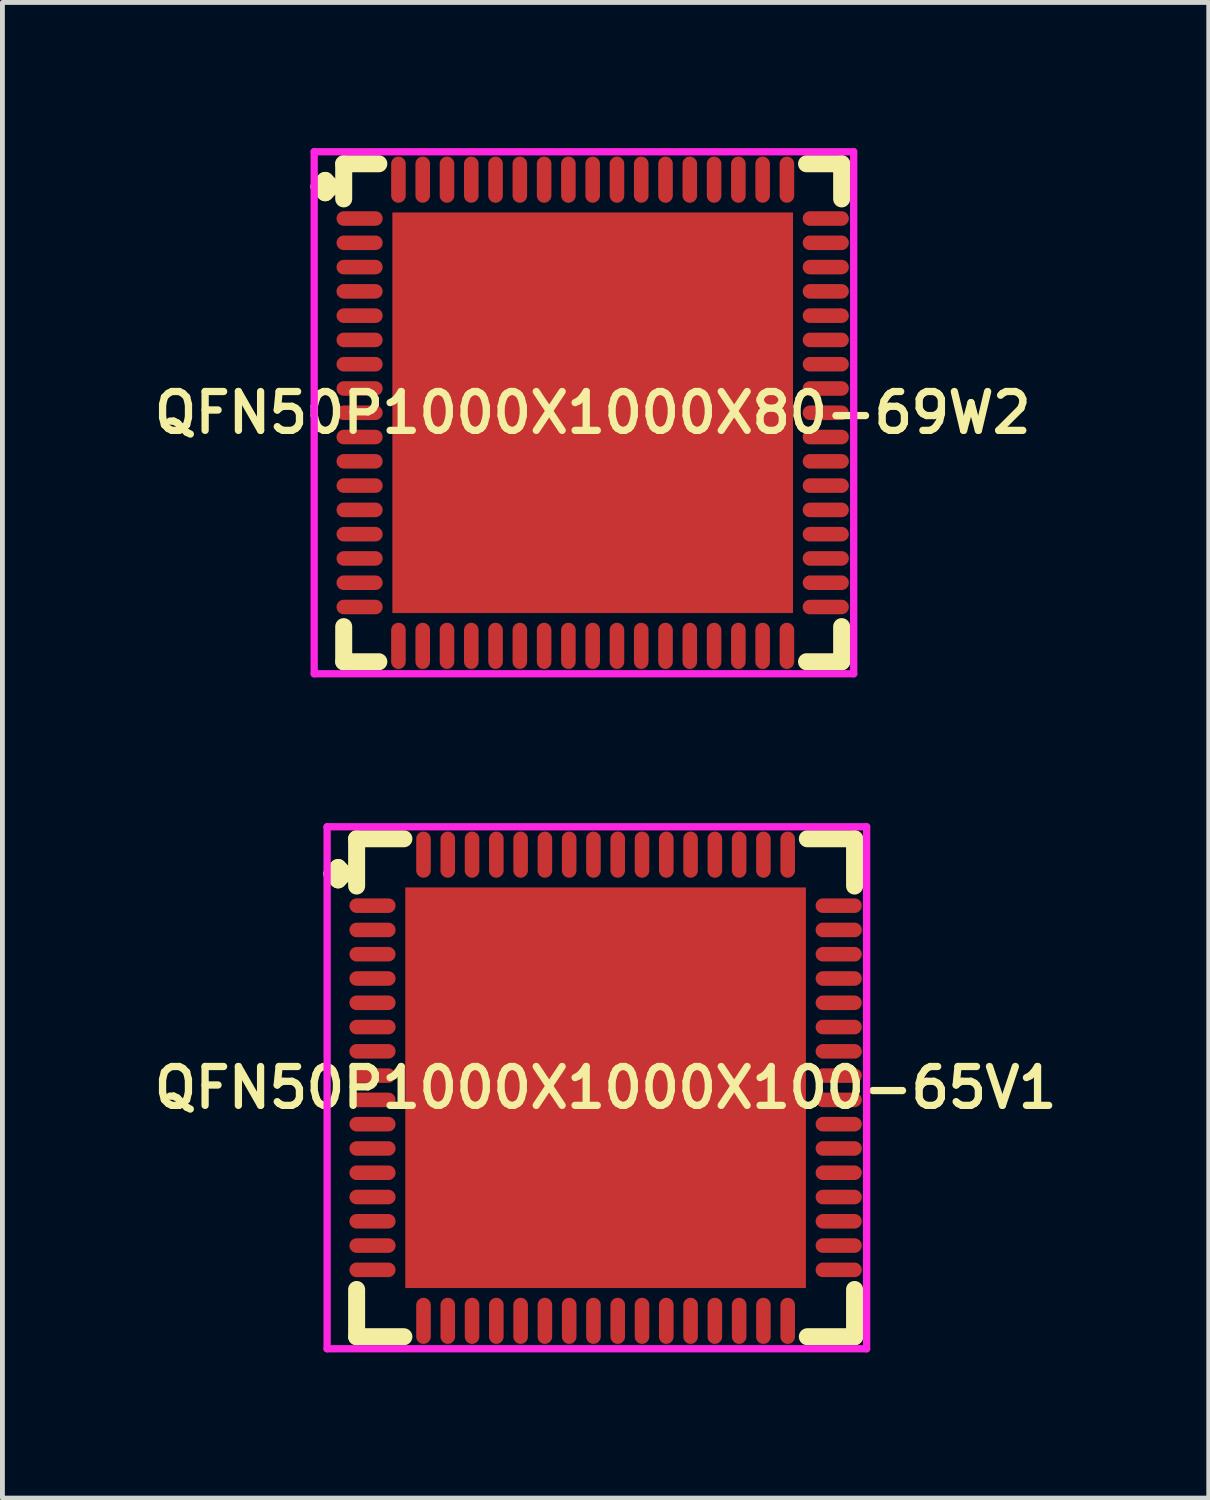
<source format=kicad_pcb>
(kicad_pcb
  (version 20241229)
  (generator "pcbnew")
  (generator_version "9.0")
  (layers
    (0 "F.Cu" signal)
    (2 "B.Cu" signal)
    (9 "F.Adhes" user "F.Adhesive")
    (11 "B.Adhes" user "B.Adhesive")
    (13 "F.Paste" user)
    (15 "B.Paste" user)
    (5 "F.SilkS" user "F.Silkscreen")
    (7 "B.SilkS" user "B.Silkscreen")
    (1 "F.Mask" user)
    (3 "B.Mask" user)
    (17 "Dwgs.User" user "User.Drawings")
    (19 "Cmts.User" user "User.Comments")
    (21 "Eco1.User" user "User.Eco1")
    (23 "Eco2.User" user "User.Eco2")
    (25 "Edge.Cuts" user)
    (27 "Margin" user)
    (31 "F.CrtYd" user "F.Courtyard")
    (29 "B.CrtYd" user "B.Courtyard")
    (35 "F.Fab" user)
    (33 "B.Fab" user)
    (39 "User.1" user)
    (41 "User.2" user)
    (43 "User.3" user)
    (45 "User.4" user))
  (footprint "QFN50P1000X1000X80-69W2"
    (layer "F.Cu")
    (at 9.155 5.45)
    (property "Reference" "QFN50P1000X1000X80-69W2" (at 0 0 0) (layer "F.SilkS") (effects (font (size 0.8 0.8) (thickness 0.15))))
    (attr smd)
    (fp_line (start -5.635 -4.658) (end -5.508 -4.785) (stroke (width 0.35) (type solid)) (layer "F.SilkS"))
    (fp_line (start -5.508 -4.785) (end -5.381 -4.658) (stroke (width 0.35) (type solid)) (layer "F.SilkS"))
    (fp_line (start -5.508 -4.531) (end -5.635 -4.658) (stroke (width 0.35) (type solid)) (layer "F.SilkS"))
    (fp_line (start -5.381 -4.658) (end -5.508 -4.531) (stroke (width 0.35) (type solid)) (layer "F.SilkS"))
    (fp_line (start -5.127 -5.127) (end -4.404 -5.127) (stroke (width 0.35) (type solid)) (layer "F.SilkS"))
    (fp_line (start -5.127 -4.404) (end -5.127 -5.127) (stroke (width 0.35) (type solid)) (layer "F.SilkS"))
    (fp_line (start -5.127 4.404) (end -5.127 5.127) (stroke (width 0.35) (type solid)) (layer "F.SilkS"))
    (fp_line (start -5.127 5.127) (end -4.404 5.127) (stroke (width 0.35) (type solid)) (layer "F.SilkS"))
    (fp_line (start 4.404 -5.127) (end 5.127 -5.127) (stroke (width 0.35) (type solid)) (layer "F.SilkS"))
    (fp_line (start 4.404 5.127) (end 5.127 5.127) (stroke (width 0.35) (type solid)) (layer "F.SilkS"))
    (fp_line (start 5.127 -5.127) (end 5.127 -4.404) (stroke (width 0.35) (type solid)) (layer "F.SilkS"))
    (fp_line (start 5.127 5.127) (end 5.127 4.404) (stroke (width 0.35) (type solid)) (layer "F.SilkS"))
    (fp_line (start -5.735 -5.375) (end 5.375 -5.375) (stroke (width 0.15) (type solid)) (layer "F.CrtYd"))
    (fp_line (start -5.735 5.375) (end -5.735 -5.375) (stroke (width 0.15) (type solid)) (layer "F.CrtYd"))
    (fp_line (start 5.375 -5.375) (end 5.375 5.375) (stroke (width 0.15) (type solid)) (layer "F.CrtYd"))
    (fp_line (start 5.375 5.375) (end -5.735 5.375) (stroke (width 0.15) (type solid)) (layer "F.CrtYd"))
    (pad "1" smd oval (at -4.8 -4) (size 0.95 0.3) (layers "F.Cu" "F.Mask" "F.Paste"))
    (pad "2" smd oval (at -4.8 -3.5) (size 0.95 0.3) (layers "F.Cu" "F.Mask" "F.Paste"))
    (pad "3" smd oval (at -4.8 -3) (size 0.95 0.3) (layers "F.Cu" "F.Mask" "F.Paste"))
    (pad "4" smd oval (at -4.8 -2.5) (size 0.95 0.3) (layers "F.Cu" "F.Mask" "F.Paste"))
    (pad "5" smd oval (at -4.8 -2) (size 0.95 0.3) (layers "F.Cu" "F.Mask" "F.Paste"))
    (pad "6" smd oval (at -4.8 -1.5) (size 0.95 0.3) (layers "F.Cu" "F.Mask" "F.Paste"))
    (pad "7" smd oval (at -4.8 -1) (size 0.95 0.3) (layers "F.Cu" "F.Mask" "F.Paste"))
    (pad "8" smd oval (at -4.8 -0.5) (size 0.95 0.3) (layers "F.Cu" "F.Mask" "F.Paste"))
    (pad "9" smd oval (at -4.8 0) (size 0.95 0.3) (layers "F.Cu" "F.Mask" "F.Paste"))
    (pad "10" smd oval (at -4.8 0.5) (size 0.95 0.3) (layers "F.Cu" "F.Mask" "F.Paste"))
    (pad "11" smd oval (at -4.8 1) (size 0.95 0.3) (layers "F.Cu" "F.Mask" "F.Paste"))
    (pad "12" smd oval (at -4.8 1.5) (size 0.95 0.3) (layers "F.Cu" "F.Mask" "F.Paste"))
    (pad "13" smd oval (at -4.8 2) (size 0.95 0.3) (layers "F.Cu" "F.Mask" "F.Paste"))
    (pad "14" smd oval (at -4.8 2.5) (size 0.95 0.3) (layers "F.Cu" "F.Mask" "F.Paste"))
    (pad "15" smd oval (at -4.8 3) (size 0.95 0.3) (layers "F.Cu" "F.Mask" "F.Paste"))
    (pad "16" smd oval (at -4.8 3.5) (size 0.95 0.3) (layers "F.Cu" "F.Mask" "F.Paste"))
    (pad "17" smd oval (at -4.8 4) (size 0.95 0.3) (layers "F.Cu" "F.Mask" "F.Paste"))
    (pad "18" smd oval (at -4 4.8) (size 0.3 0.95) (layers "F.Cu" "F.Mask" "F.Paste"))
    (pad "19" smd oval (at -3.5 4.8) (size 0.3 0.95) (layers "F.Cu" "F.Mask" "F.Paste"))
    (pad "20" smd oval (at -3 4.8) (size 0.3 0.95) (layers "F.Cu" "F.Mask" "F.Paste"))
    (pad "21" smd oval (at -2.5 4.8) (size 0.3 0.95) (layers "F.Cu" "F.Mask" "F.Paste"))
    (pad "22" smd oval (at -2 4.8) (size 0.3 0.95) (layers "F.Cu" "F.Mask" "F.Paste"))
    (pad "23" smd oval (at -1.5 4.8) (size 0.3 0.95) (layers "F.Cu" "F.Mask" "F.Paste"))
    (pad "24" smd oval (at -1 4.8) (size 0.3 0.95) (layers "F.Cu" "F.Mask" "F.Paste"))
    (pad "25" smd oval (at -0.5 4.8) (size 0.3 0.95) (layers "F.Cu" "F.Mask" "F.Paste"))
    (pad "26" smd oval (at 0 4.8) (size 0.3 0.95) (layers "F.Cu" "F.Mask" "F.Paste"))
    (pad "27" smd oval (at 0.5 4.8) (size 0.3 0.95) (layers "F.Cu" "F.Mask" "F.Paste"))
    (pad "28" smd oval (at 1 4.8) (size 0.3 0.95) (layers "F.Cu" "F.Mask" "F.Paste"))
    (pad "29" smd oval (at 1.5 4.8) (size 0.3 0.95) (layers "F.Cu" "F.Mask" "F.Paste"))
    (pad "30" smd oval (at 2 4.8) (size 0.3 0.95) (layers "F.Cu" "F.Mask" "F.Paste"))
    (pad "31" smd oval (at 2.5 4.8) (size 0.3 0.95) (layers "F.Cu" "F.Mask" "F.Paste"))
    (pad "32" smd oval (at 3 4.8) (size 0.3 0.95) (layers "F.Cu" "F.Mask" "F.Paste"))
    (pad "33" smd oval (at 3.5 4.8) (size 0.3 0.95) (layers "F.Cu" "F.Mask" "F.Paste"))
    (pad "34" smd oval (at 4 4.8) (size 0.3 0.95) (layers "F.Cu" "F.Mask" "F.Paste"))
    (pad "35" smd oval (at 4.8 4) (size 0.95 0.3) (layers "F.Cu" "F.Mask" "F.Paste"))
    (pad "36" smd oval (at 4.8 3.5) (size 0.95 0.3) (layers "F.Cu" "F.Mask" "F.Paste"))
    (pad "37" smd oval (at 4.8 3) (size 0.95 0.3) (layers "F.Cu" "F.Mask" "F.Paste"))
    (pad "38" smd oval (at 4.8 2.5) (size 0.95 0.3) (layers "F.Cu" "F.Mask" "F.Paste"))
    (pad "39" smd oval (at 4.8 2) (size 0.95 0.3) (layers "F.Cu" "F.Mask" "F.Paste"))
    (pad "40" smd oval (at 4.8 1.5) (size 0.95 0.3) (layers "F.Cu" "F.Mask" "F.Paste"))
    (pad "41" smd oval (at 4.8 1) (size 0.95 0.3) (layers "F.Cu" "F.Mask" "F.Paste"))
    (pad "42" smd oval (at 4.8 0.5) (size 0.95 0.3) (layers "F.Cu" "F.Mask" "F.Paste"))
    (pad "43" smd oval (at 4.8 0) (size 0.95 0.3) (layers "F.Cu" "F.Mask" "F.Paste"))
    (pad "44" smd oval (at 4.8 -0.5) (size 0.95 0.3) (layers "F.Cu" "F.Mask" "F.Paste"))
    (pad "45" smd oval (at 4.8 -1) (size 0.95 0.3) (layers "F.Cu" "F.Mask" "F.Paste"))
    (pad "46" smd oval (at 4.8 -1.5) (size 0.95 0.3) (layers "F.Cu" "F.Mask" "F.Paste"))
    (pad "47" smd oval (at 4.8 -2) (size 0.95 0.3) (layers "F.Cu" "F.Mask" "F.Paste"))
    (pad "48" smd oval (at 4.8 -2.5) (size 0.95 0.3) (layers "F.Cu" "F.Mask" "F.Paste"))
    (pad "49" smd oval (at 4.8 -3) (size 0.95 0.3) (layers "F.Cu" "F.Mask" "F.Paste"))
    (pad "50" smd oval (at 4.8 -3.5) (size 0.95 0.3) (layers "F.Cu" "F.Mask" "F.Paste"))
    (pad "51" smd oval (at 4.8 -4) (size 0.95 0.3) (layers "F.Cu" "F.Mask" "F.Paste"))
    (pad "52" smd oval (at 4 -4.8) (size 0.3 0.95) (layers "F.Cu" "F.Mask" "F.Paste"))
    (pad "53" smd oval (at 3.5 -4.8) (size 0.3 0.95) (layers "F.Cu" "F.Mask" "F.Paste"))
    (pad "54" smd oval (at 3 -4.8) (size 0.3 0.95) (layers "F.Cu" "F.Mask" "F.Paste"))
    (pad "55" smd oval (at 2.5 -4.8) (size 0.3 0.95) (layers "F.Cu" "F.Mask" "F.Paste"))
    (pad "56" smd oval (at 2 -4.8) (size 0.3 0.95) (layers "F.Cu" "F.Mask" "F.Paste"))
    (pad "57" smd oval (at 1.5 -4.8) (size 0.3 0.95) (layers "F.Cu" "F.Mask" "F.Paste"))
    (pad "58" smd oval (at 1 -4.8) (size 0.3 0.95) (layers "F.Cu" "F.Mask" "F.Paste"))
    (pad "59" smd oval (at 0.5 -4.8) (size 0.3 0.95) (layers "F.Cu" "F.Mask" "F.Paste"))
    (pad "60" smd oval (at 0 -4.8) (size 0.3 0.95) (layers "F.Cu" "F.Mask" "F.Paste"))
    (pad "61" smd oval (at -0.5 -4.8) (size 0.3 0.95) (layers "F.Cu" "F.Mask" "F.Paste"))
    (pad "62" smd oval (at -1 -4.8) (size 0.3 0.95) (layers "F.Cu" "F.Mask" "F.Paste"))
    (pad "63" smd oval (at -1.5 -4.8) (size 0.3 0.95) (layers "F.Cu" "F.Mask" "F.Paste"))
    (pad "64" smd oval (at -2 -4.8) (size 0.3 0.95) (layers "F.Cu" "F.Mask" "F.Paste"))
    (pad "65" smd oval (at -2.5 -4.8) (size 0.3 0.95) (layers "F.Cu" "F.Mask" "F.Paste"))
    (pad "66" smd oval (at -3 -4.8) (size 0.3 0.95) (layers "F.Cu" "F.Mask" "F.Paste"))
    (pad "67" smd oval (at -3.5 -4.8) (size 0.3 0.95) (layers "F.Cu" "F.Mask" "F.Paste"))
    (pad "68" smd oval (at -4 -4.8) (size 0.3 0.95) (layers "F.Cu" "F.Mask" "F.Paste"))
    (pad "69" smd rect (at 0 0) (size 8.25 8.25) (layers "F.Cu" "F.Mask" "F.Paste")))
  (footprint "QFN50P1000X1000X100-65V1"
    (layer "F.Cu")
    (at 9.421 19.35)
    (property "Reference" "QFN50P1000X1000X100-65V1" (at 0 0 0) (layer "F.SilkS") (effects (font (size 0.8 0.8) (thickness 0.15))))
    (attr smd)
    (fp_line (start -5.635 -4.408) (end -5.508 -4.535) (stroke (width 0.35) (type solid)) (layer "F.SilkS"))
    (fp_line (start -5.508 -4.535) (end -5.381 -4.408) (stroke (width 0.35) (type solid)) (layer "F.SilkS"))
    (fp_line (start -5.508 -4.281) (end -5.635 -4.408) (stroke (width 0.35) (type solid)) (layer "F.SilkS"))
    (fp_line (start -5.381 -4.408) (end -5.508 -4.281) (stroke (width 0.35) (type solid)) (layer "F.SilkS"))
    (fp_line (start -5.127 -5.127) (end -4.154 -5.127) (stroke (width 0.35) (type solid)) (layer "F.SilkS"))
    (fp_line (start -5.127 -4.154) (end -5.127 -5.127) (stroke (width 0.35) (type solid)) (layer "F.SilkS"))
    (fp_line (start -5.127 4.154) (end -5.127 5.127) (stroke (width 0.35) (type solid)) (layer "F.SilkS"))
    (fp_line (start -5.127 5.127) (end -4.154 5.127) (stroke (width 0.35) (type solid)) (layer "F.SilkS"))
    (fp_line (start 4.154 -5.127) (end 5.127 -5.127) (stroke (width 0.35) (type solid)) (layer "F.SilkS"))
    (fp_line (start 4.154 5.127) (end 5.127 5.127) (stroke (width 0.35) (type solid)) (layer "F.SilkS"))
    (fp_line (start 5.127 -5.127) (end 5.127 -4.154) (stroke (width 0.35) (type solid)) (layer "F.SilkS"))
    (fp_line (start 5.127 5.127) (end 5.127 4.154) (stroke (width 0.35) (type solid)) (layer "F.SilkS"))
    (fp_line (start -5.735 -5.375) (end 5.375 -5.375) (stroke (width 0.15) (type solid)) (layer "F.CrtYd"))
    (fp_line (start -5.735 5.375) (end -5.735 -5.375) (stroke (width 0.15) (type solid)) (layer "F.CrtYd"))
    (fp_line (start 5.375 -5.375) (end 5.375 5.375) (stroke (width 0.15) (type solid)) (layer "F.CrtYd"))
    (fp_line (start 5.375 5.375) (end -5.735 5.375) (stroke (width 0.15) (type solid)) (layer "F.CrtYd"))
    (pad "1" smd oval (at -4.8 -3.75) (size 0.95 0.3) (layers "F.Cu" "F.Mask" "F.Paste"))
    (pad "2" smd oval (at -4.8 -3.25) (size 0.95 0.3) (layers "F.Cu" "F.Mask" "F.Paste"))
    (pad "3" smd oval (at -4.8 -2.75) (size 0.95 0.3) (layers "F.Cu" "F.Mask" "F.Paste"))
    (pad "4" smd oval (at -4.8 -2.25) (size 0.95 0.3) (layers "F.Cu" "F.Mask" "F.Paste"))
    (pad "5" smd oval (at -4.8 -1.75) (size 0.95 0.3) (layers "F.Cu" "F.Mask" "F.Paste"))
    (pad "6" smd oval (at -4.8 -1.25) (size 0.95 0.3) (layers "F.Cu" "F.Mask" "F.Paste"))
    (pad "7" smd oval (at -4.8 -0.75) (size 0.95 0.3) (layers "F.Cu" "F.Mask" "F.Paste"))
    (pad "8" smd oval (at -4.8 -0.25) (size 0.95 0.3) (layers "F.Cu" "F.Mask" "F.Paste"))
    (pad "9" smd oval (at -4.8 0.25) (size 0.95 0.3) (layers "F.Cu" "F.Mask" "F.Paste"))
    (pad "10" smd oval (at -4.8 0.75) (size 0.95 0.3) (layers "F.Cu" "F.Mask" "F.Paste"))
    (pad "11" smd oval (at -4.8 1.25) (size 0.95 0.3) (layers "F.Cu" "F.Mask" "F.Paste"))
    (pad "12" smd oval (at -4.8 1.75) (size 0.95 0.3) (layers "F.Cu" "F.Mask" "F.Paste"))
    (pad "13" smd oval (at -4.8 2.25) (size 0.95 0.3) (layers "F.Cu" "F.Mask" "F.Paste"))
    (pad "14" smd oval (at -4.8 2.75) (size 0.95 0.3) (layers "F.Cu" "F.Mask" "F.Paste"))
    (pad "15" smd oval (at -4.8 3.25) (size 0.95 0.3) (layers "F.Cu" "F.Mask" "F.Paste"))
    (pad "16" smd oval (at -4.8 3.75) (size 0.95 0.3) (layers "F.Cu" "F.Mask" "F.Paste"))
    (pad "17" smd oval (at -3.75 4.8) (size 0.3 0.95) (layers "F.Cu" "F.Mask" "F.Paste"))
    (pad "18" smd oval (at -3.25 4.8) (size 0.3 0.95) (layers "F.Cu" "F.Mask" "F.Paste"))
    (pad "19" smd oval (at -2.75 4.8) (size 0.3 0.95) (layers "F.Cu" "F.Mask" "F.Paste"))
    (pad "20" smd oval (at -2.25 4.8) (size 0.3 0.95) (layers "F.Cu" "F.Mask" "F.Paste"))
    (pad "21" smd oval (at -1.75 4.8) (size 0.3 0.95) (layers "F.Cu" "F.Mask" "F.Paste"))
    (pad "22" smd oval (at -1.25 4.8) (size 0.3 0.95) (layers "F.Cu" "F.Mask" "F.Paste"))
    (pad "23" smd oval (at -0.75 4.8) (size 0.3 0.95) (layers "F.Cu" "F.Mask" "F.Paste"))
    (pad "24" smd oval (at -0.25 4.8) (size 0.3 0.95) (layers "F.Cu" "F.Mask" "F.Paste"))
    (pad "25" smd oval (at 0.25 4.8) (size 0.3 0.95) (layers "F.Cu" "F.Mask" "F.Paste"))
    (pad "26" smd oval (at 0.75 4.8) (size 0.3 0.95) (layers "F.Cu" "F.Mask" "F.Paste"))
    (pad "27" smd oval (at 1.25 4.8) (size 0.3 0.95) (layers "F.Cu" "F.Mask" "F.Paste"))
    (pad "28" smd oval (at 1.75 4.8) (size 0.3 0.95) (layers "F.Cu" "F.Mask" "F.Paste"))
    (pad "29" smd oval (at 2.25 4.8) (size 0.3 0.95) (layers "F.Cu" "F.Mask" "F.Paste"))
    (pad "30" smd oval (at 2.75 4.8) (size 0.3 0.95) (layers "F.Cu" "F.Mask" "F.Paste"))
    (pad "31" smd oval (at 3.25 4.8) (size 0.3 0.95) (layers "F.Cu" "F.Mask" "F.Paste"))
    (pad "32" smd oval (at 3.75 4.8) (size 0.3 0.95) (layers "F.Cu" "F.Mask" "F.Paste"))
    (pad "33" smd oval (at 4.8 3.75) (size 0.95 0.3) (layers "F.Cu" "F.Mask" "F.Paste"))
    (pad "34" smd oval (at 4.8 3.25) (size 0.95 0.3) (layers "F.Cu" "F.Mask" "F.Paste"))
    (pad "35" smd oval (at 4.8 2.75) (size 0.95 0.3) (layers "F.Cu" "F.Mask" "F.Paste"))
    (pad "36" smd oval (at 4.8 2.25) (size 0.95 0.3) (layers "F.Cu" "F.Mask" "F.Paste"))
    (pad "37" smd oval (at 4.8 1.75) (size 0.95 0.3) (layers "F.Cu" "F.Mask" "F.Paste"))
    (pad "38" smd oval (at 4.8 1.25) (size 0.95 0.3) (layers "F.Cu" "F.Mask" "F.Paste"))
    (pad "39" smd oval (at 4.8 0.75) (size 0.95 0.3) (layers "F.Cu" "F.Mask" "F.Paste"))
    (pad "40" smd oval (at 4.8 0.25) (size 0.95 0.3) (layers "F.Cu" "F.Mask" "F.Paste"))
    (pad "41" smd oval (at 4.8 -0.25) (size 0.95 0.3) (layers "F.Cu" "F.Mask" "F.Paste"))
    (pad "42" smd oval (at 4.8 -0.75) (size 0.95 0.3) (layers "F.Cu" "F.Mask" "F.Paste"))
    (pad "43" smd oval (at 4.8 -1.25) (size 0.95 0.3) (layers "F.Cu" "F.Mask" "F.Paste"))
    (pad "44" smd oval (at 4.8 -1.75) (size 0.95 0.3) (layers "F.Cu" "F.Mask" "F.Paste"))
    (pad "45" smd oval (at 4.8 -2.25) (size 0.95 0.3) (layers "F.Cu" "F.Mask" "F.Paste"))
    (pad "46" smd oval (at 4.8 -2.75) (size 0.95 0.3) (layers "F.Cu" "F.Mask" "F.Paste"))
    (pad "47" smd oval (at 4.8 -3.25) (size 0.95 0.3) (layers "F.Cu" "F.Mask" "F.Paste"))
    (pad "48" smd oval (at 4.8 -3.75) (size 0.95 0.3) (layers "F.Cu" "F.Mask" "F.Paste"))
    (pad "49" smd oval (at 3.75 -4.8) (size 0.3 0.95) (layers "F.Cu" "F.Mask" "F.Paste"))
    (pad "50" smd oval (at 3.25 -4.8) (size 0.3 0.95) (layers "F.Cu" "F.Mask" "F.Paste"))
    (pad "51" smd oval (at 2.75 -4.8) (size 0.3 0.95) (layers "F.Cu" "F.Mask" "F.Paste"))
    (pad "52" smd oval (at 2.25 -4.8) (size 0.3 0.95) (layers "F.Cu" "F.Mask" "F.Paste"))
    (pad "53" smd oval (at 1.75 -4.8) (size 0.3 0.95) (layers "F.Cu" "F.Mask" "F.Paste"))
    (pad "54" smd oval (at 1.25 -4.8) (size 0.3 0.95) (layers "F.Cu" "F.Mask" "F.Paste"))
    (pad "55" smd oval (at 0.75 -4.8) (size 0.3 0.95) (layers "F.Cu" "F.Mask" "F.Paste"))
    (pad "56" smd oval (at 0.25 -4.8) (size 0.3 0.95) (layers "F.Cu" "F.Mask" "F.Paste"))
    (pad "57" smd oval (at -0.25 -4.8) (size 0.3 0.95) (layers "F.Cu" "F.Mask" "F.Paste"))
    (pad "58" smd oval (at -0.75 -4.8) (size 0.3 0.95) (layers "F.Cu" "F.Mask" "F.Paste"))
    (pad "59" smd oval (at -1.25 -4.8) (size 0.3 0.95) (layers "F.Cu" "F.Mask" "F.Paste"))
    (pad "60" smd oval (at -1.75 -4.8) (size 0.3 0.95) (layers "F.Cu" "F.Mask" "F.Paste"))
    (pad "61" smd oval (at -2.25 -4.8) (size 0.3 0.95) (layers "F.Cu" "F.Mask" "F.Paste"))
    (pad "62" smd oval (at -2.75 -4.8) (size 0.3 0.95) (layers "F.Cu" "F.Mask" "F.Paste"))
    (pad "63" smd oval (at -3.25 -4.8) (size 0.3 0.95) (layers "F.Cu" "F.Mask" "F.Paste"))
    (pad "64" smd oval (at -3.75 -4.8) (size 0.3 0.95) (layers "F.Cu" "F.Mask" "F.Paste"))
    (pad "65" smd rect (at 0 0) (size 8.25 8.25) (layers "F.Cu" "F.Mask" "F.Paste")))
  (gr_rect
    (start -3 -3)
    (end 21.842 27.8)
    (stroke (width 0.1) (type default))
    (fill no)
    (layer "Edge.Cuts")))
</source>
